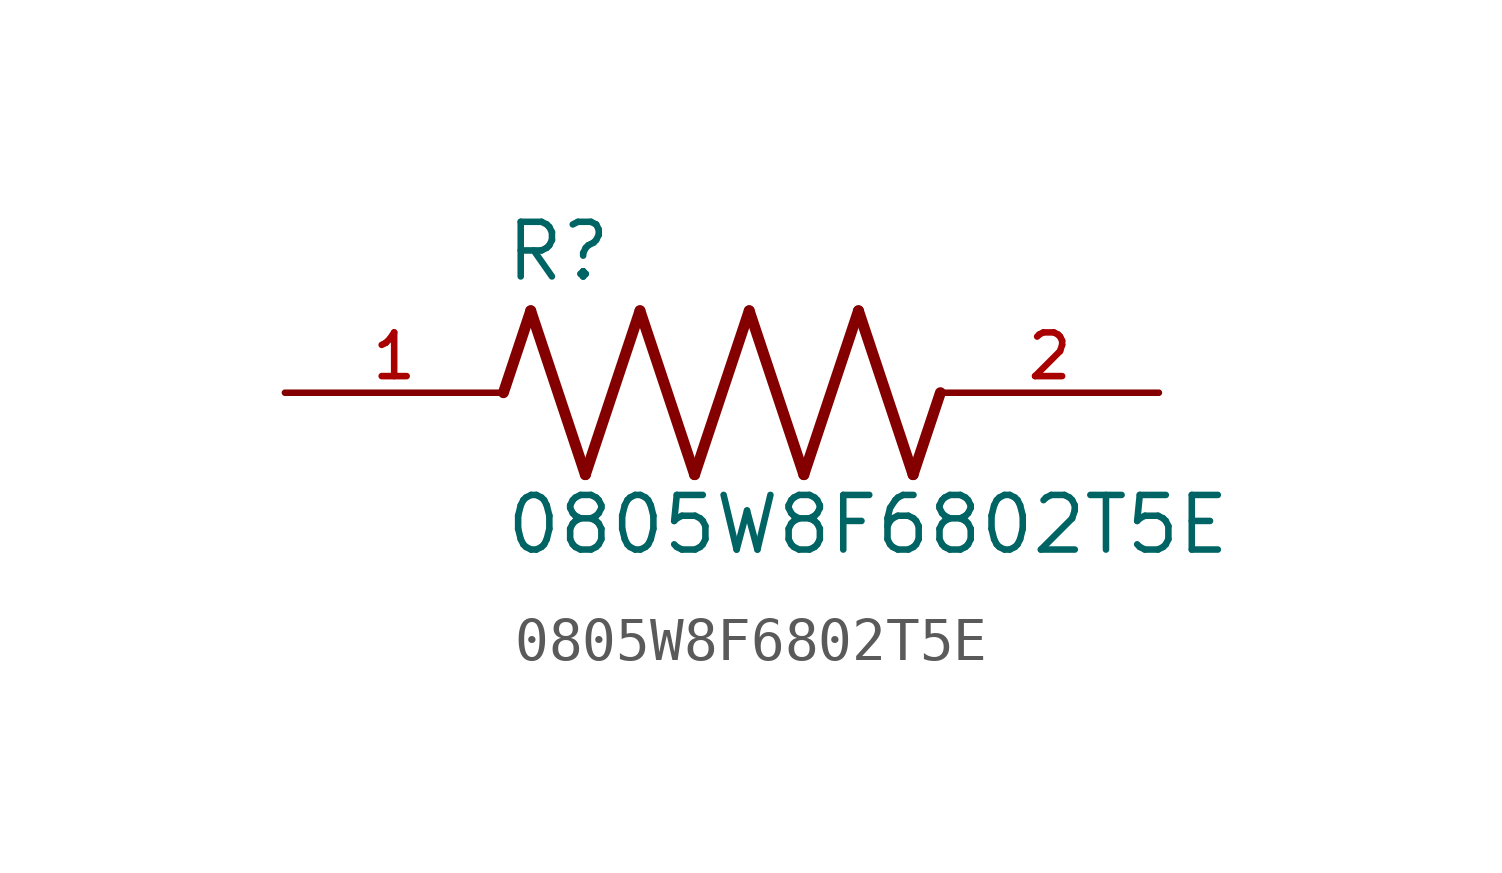
<source format=kicad_sym>
(kicad_symbol_lib
  (version 20211014)
  (generator kicad_symbol_editor)
  (symbol "0805W8F6802T5E"
    (pin_names
      (offset 1.016))
    (property "Reference" "R"
      (at -5.08 2.54 0)
      (effects (font (size 1.27 1.27)) (justify bottom left)))
    (property "Value" "0805W8F6802T5E"
      (at -5.08 -3.81 0)
      (effects (font (size 1.27 1.27)) (justify bottom left)))
    (symbol "0805W8F6802T5E_0_0"
      (polyline (pts (xy -5.08 0.0) (xy -4.445 1.905)) (stroke (width 0.254)))
      (polyline (pts (xy -4.445 1.905) (xy -3.175 -1.905)) (stroke (width 0.254)))
      (polyline (pts (xy -3.175 -1.905) (xy -1.905 1.905)) (stroke (width 0.254)))
      (polyline (pts (xy -1.905 1.905) (xy -0.635 -1.905)) (stroke (width 0.254)))
      (polyline (pts (xy -0.635 -1.905) (xy 0.635 1.905)) (stroke (width 0.254)))
      (polyline (pts (xy 0.635 1.905) (xy 1.905 -1.905)) (stroke (width 0.254)))
      (polyline (pts (xy 1.905 -1.905) (xy 3.175 1.905)) (stroke (width 0.254)))
      (polyline (pts (xy 3.175 1.905) (xy 4.445 -1.905)) (stroke (width 0.254)))
      (polyline (pts (xy 4.445 -1.905) (xy 5.08 0.0)) (stroke (width 0.254)))
      (pin passive line (at -10.16 0.0 0) (length 5.08) (name "~" (effects (font (size 1.016 1.016)))) (number "1" (effects (font (size 1.016 1.016)))))
      (pin passive line (at 10.16 0.0 180.0) (length 5.08) (name "~" (effects (font (size 1.016 1.016)))) (number "2" (effects (font (size 1.016 1.016))))))))
</source>
